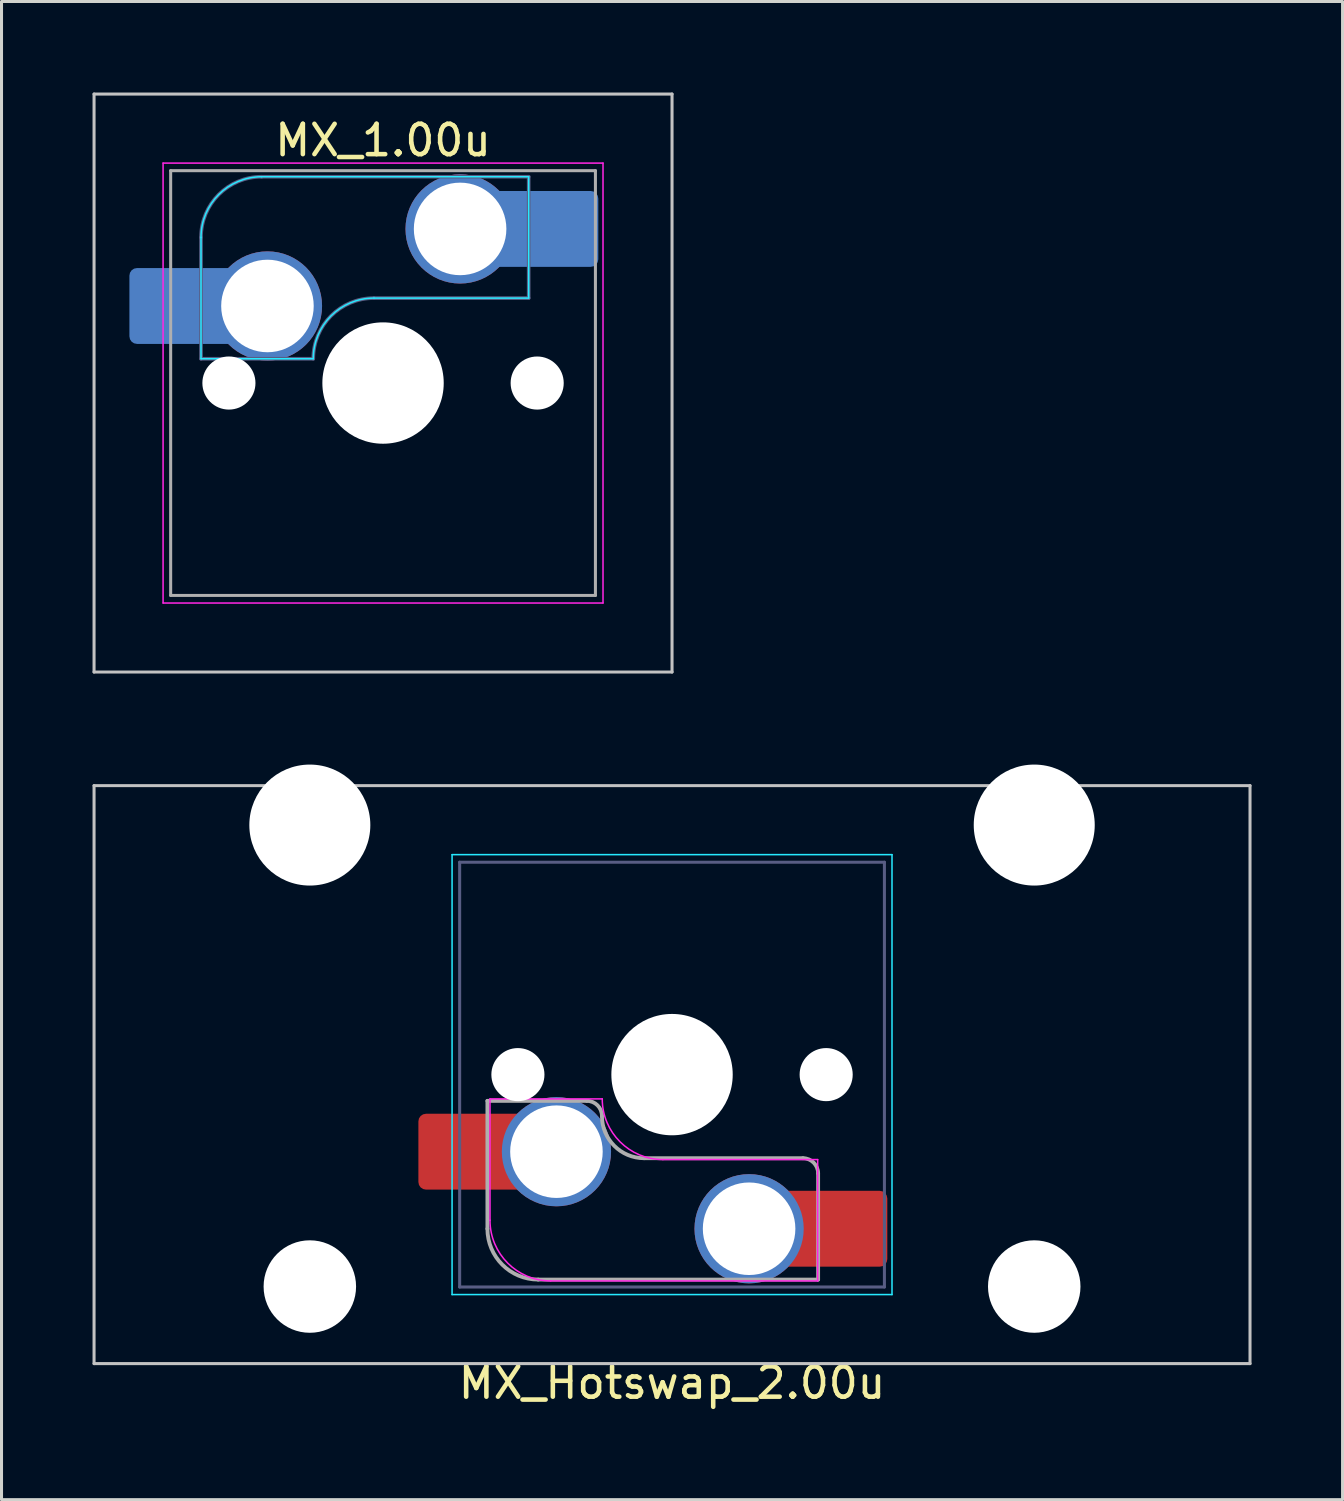
<source format=kicad_pcb>
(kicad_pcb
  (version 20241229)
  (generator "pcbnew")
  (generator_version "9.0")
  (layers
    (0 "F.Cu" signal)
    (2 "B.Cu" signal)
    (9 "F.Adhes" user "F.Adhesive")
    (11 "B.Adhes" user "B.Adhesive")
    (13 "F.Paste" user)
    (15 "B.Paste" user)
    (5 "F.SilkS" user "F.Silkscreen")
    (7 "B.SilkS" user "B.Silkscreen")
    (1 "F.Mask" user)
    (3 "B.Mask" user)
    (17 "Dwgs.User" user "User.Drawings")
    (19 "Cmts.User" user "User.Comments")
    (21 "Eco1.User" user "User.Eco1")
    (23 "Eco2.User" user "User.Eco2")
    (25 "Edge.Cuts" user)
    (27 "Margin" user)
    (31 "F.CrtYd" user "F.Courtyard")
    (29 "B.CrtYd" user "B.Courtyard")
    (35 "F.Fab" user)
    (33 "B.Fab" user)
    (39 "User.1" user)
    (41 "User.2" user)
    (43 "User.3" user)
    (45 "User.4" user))
  (footprint "MX_1.00u"
    (layer "F.Cu")
    (at 9.575 9.575)
    (property "Reference" "MX_1.00u" (at 0 -8 0) (layer "F.SilkS") (effects (font (size 1 1) (thickness 0.15))))
    (attr smd allow_soldermask_bridges)
    (fp_line (start -9.525 -9.525) (end -9.525 9.525) (stroke (width 0.1) (type solid)) (layer "Dwgs.User"))
    (fp_line (start -9.525 9.525) (end 9.525 9.525) (stroke (width 0.1) (type solid)) (layer "Dwgs.User"))
    (fp_line (start 9.525 -9.525) (end -9.525 -9.525) (stroke (width 0.1) (type solid)) (layer "Dwgs.User"))
    (fp_line (start 9.525 9.525) (end 9.525 -9.525) (stroke (width 0.1) (type solid)) (layer "Dwgs.User"))
    (fp_line (start -6 -0.8) (end -6 -4.8) (stroke (width 0.05) (type solid)) (layer "B.CrtYd"))
    (fp_line (start -6 -0.8) (end -2.3 -0.8) (stroke (width 0.05) (type solid)) (layer "B.CrtYd"))
    (fp_line (start -4 -6.8) (end 4.8 -6.8) (stroke (width 0.05) (type solid)) (layer "B.CrtYd"))
    (fp_line (start -0.3 -2.8) (end 4.8 -2.8) (stroke (width 0.05) (type solid)) (layer "B.CrtYd"))
    (fp_line (start 4.8 -6.8) (end 4.8 -2.8) (stroke (width 0.05) (type solid)) (layer "B.CrtYd"))
    (fp_arc (start -6 -4.8) (mid -5.414214 -6.214214) (end -4 -6.8) (stroke (width 0.05) (type solid)) (layer "B.CrtYd"))
    (fp_arc (start -2.3 -0.8) (mid -1.714214 -2.214214) (end -0.3 -2.8) (stroke (width 0.05) (type solid)) (layer "B.CrtYd"))
    (fp_line (start -7.25 -7.25) (end -7.25 7.25) (stroke (width 0.05) (type solid)) (layer "F.CrtYd"))
    (fp_line (start -7.25 7.25) (end 7.25 7.25) (stroke (width 0.05) (type solid)) (layer "F.CrtYd"))
    (fp_line (start 7.25 -7.25) (end -7.25 -7.25) (stroke (width 0.05) (type solid)) (layer "F.CrtYd"))
    (fp_line (start 7.25 7.25) (end 7.25 -7.25) (stroke (width 0.05) (type solid)) (layer "F.CrtYd"))
    (fp_line (start -6 -0.8) (end -6 -4.8) (stroke (width 0.12) (type solid)) (layer "B.Fab"))
    (fp_line (start -6 -0.8) (end -2.3 -0.8) (stroke (width 0.12) (type solid)) (layer "B.Fab"))
    (fp_line (start -4 -6.8) (end 4.8 -6.8) (stroke (width 0.12) (type solid)) (layer "B.Fab"))
    (fp_line (start -0.3 -2.8) (end 4.8 -2.8) (stroke (width 0.12) (type solid)) (layer "B.Fab"))
    (fp_line (start 4.8 -6.8) (end 4.8 -2.8) (stroke (width 0.12) (type solid)) (layer "B.Fab"))
    (fp_arc (start -6 -4.8) (mid -5.414214 -6.214214) (end -4 -6.8) (stroke (width 0.12) (type solid)) (layer "B.Fab"))
    (fp_arc (start -2.3 -0.8) (mid -1.714214 -2.214214) (end -0.3 -2.8) (stroke (width 0.12) (type solid)) (layer "B.Fab"))
    (fp_line (start -7 -7) (end -7 7) (stroke (width 0.1) (type solid)) (layer "F.Fab"))
    (fp_line (start -7 7) (end 7 7) (stroke (width 0.1) (type solid)) (layer "F.Fab"))
    (fp_line (start 7 -7) (end -7 -7) (stroke (width 0.1) (type solid)) (layer "F.Fab"))
    (fp_line (start 7 7) (end 7 -7) (stroke (width 0.1) (type solid)) (layer "F.Fab"))
    (pad "" smd roundrect (at -7.085 -2.54) (size 2.55 2.5) (layers "B.Mask" "B.Paste") (roundrect_rratio 0.1))
    (pad "" np_thru_hole circle (at -5.08 0) (size 1.75 1.75) (drill 1.75) (layers "*.Cu" "*.Mask"))
    (pad "" np_thru_hole circle (at 0 0) (size 4 4) (drill 4) (layers "*.Cu" "*.Mask"))
    (pad "" np_thru_hole circle (at 5.08 0) (size 1.75 1.75) (drill 1.75) (layers "*.Cu" "*.Mask"))
    (pad "" smd roundrect (at 5.842 -5.08) (size 2.55 2.5) (layers "B.Mask" "B.Paste") (roundrect_rratio 0.1))
    (pad "1" smd roundrect (at -6.585 -2.54) (size 3.55 2.5) (layers "B.Cu") (roundrect_rratio 0.1))
    (pad "1" thru_hole circle (at -3.81 -2.54) (size 3.6 3.6) (drill 3.05) (layers "*.Cu" "*.Mask"))
    (pad "2" thru_hole circle (at 2.54 -5.08) (size 3.6 3.6) (drill 3.05) (layers "*.Cu" "*.Mask"))
    (pad "2" smd roundrect (at 5.32 -5.08) (size 3.55 2.5) (layers "B.Cu") (roundrect_rratio 0.1)))
  (footprint "MX_Hotswap_2.00u"
    (layer "F.Cu")
    (at 18.465 36.179)
    (property "Reference" "MX_Hotswap_2.00u" (at 0.635 6.35 0) (layer "F.SilkS") (effects (font (size 1 1) (thickness 0.15))))
    (attr smd allow_soldermask_bridges)
    (fp_line (start -18.415 -13.335) (end -18.415 5.715) (stroke (width 0.1) (type solid)) (layer "Dwgs.User"))
    (fp_line (start -18.415 5.715) (end 19.685 5.715) (stroke (width 0.1) (type solid)) (layer "Dwgs.User"))
    (fp_line (start 19.685 -13.335) (end -18.415 -13.335) (stroke (width 0.1) (type solid)) (layer "Dwgs.User"))
    (fp_line (start 19.685 5.715) (end 19.685 -13.335) (stroke (width 0.1) (type solid)) (layer "Dwgs.User"))
    (fp_line (start -14.678 -10.58) (end -14.678 1.72) (stroke (width 0.1) (type solid)) (layer "Eco1.User"))
    (fp_line (start -14.678 1.72) (end -7.928 1.72) (stroke (width 0.1) (type solid)) (layer "Eco1.User"))
    (fp_line (start -7.928 -10.58) (end -14.678 -10.58) (stroke (width 0.1) (type solid)) (layer "Eco1.User"))
    (fp_line (start -7.928 1.72) (end -7.928 -10.58) (stroke (width 0.1) (type solid)) (layer "Eco1.User"))
    (fp_line (start 9.198 -10.58) (end 9.198 1.72) (stroke (width 0.1) (type solid)) (layer "Eco1.User"))
    (fp_line (start 9.198 1.72) (end 15.948 1.72) (stroke (width 0.1) (type solid)) (layer "Eco1.User"))
    (fp_line (start 15.948 -10.58) (end 9.198 -10.58) (stroke (width 0.1) (type solid)) (layer "Eco1.User"))
    (fp_line (start 15.948 1.72) (end 15.948 -10.58) (stroke (width 0.1) (type solid)) (layer "Eco1.User"))
    (fp_line (start -6.615 -11.06) (end -6.615 3.44) (stroke (width 0.05) (type solid)) (layer "B.CrtYd"))
    (fp_line (start -6.615 3.44) (end 7.885 3.44) (stroke (width 0.05) (type solid)) (layer "B.CrtYd"))
    (fp_line (start 7.885 -11.06) (end -6.615 -11.06) (stroke (width 0.05) (type solid)) (layer "B.CrtYd"))
    (fp_line (start 7.885 3.44) (end 7.885 -11.06) (stroke (width 0.05) (type solid)) (layer "B.CrtYd"))
    (fp_line (start -5.365 0.99) (end -5.365 -3.01) (stroke (width 0.05) (type solid)) (layer "F.CrtYd"))
    (fp_line (start -1.665 -3.01) (end -5.365 -3.01) (stroke (width 0.05) (type solid)) (layer "F.CrtYd"))
    (fp_line (start 5.435 -1.01) (end 0.335 -1.01) (stroke (width 0.05) (type solid)) (layer "F.CrtYd"))
    (fp_line (start 5.435 -1.01) (end 5.435 2.99) (stroke (width 0.05) (type solid)) (layer "F.CrtYd"))
    (fp_line (start 5.435 2.99) (end -3.365 2.99) (stroke (width 0.05) (type solid)) (layer "F.CrtYd"))
    (fp_arc (start -3.365 2.99) (mid -4.779214 2.404214) (end -5.365 0.99) (stroke (width 0.05) (type solid)) (layer "F.CrtYd"))
    (fp_arc (start 0.335 -1.01) (mid -1.079214 -1.595786) (end -1.665 -3.01) (stroke (width 0.05) (type solid)) (layer "F.CrtYd"))
    (fp_line (start -6.365 -10.81) (end -6.365 3.19) (stroke (width 0.1) (type solid)) (layer "B.Fab"))
    (fp_line (start -6.365 3.19) (end 7.635 3.19) (stroke (width 0.1) (type solid)) (layer "B.Fab"))
    (fp_line (start 7.635 -10.81) (end -6.365 -10.81) (stroke (width 0.1) (type solid)) (layer "B.Fab"))
    (fp_line (start 7.635 3.19) (end 7.635 -10.81) (stroke (width 0.1) (type solid)) (layer "B.Fab"))
    (fp_line (start -5.45 -2.945) (end -2.175 -2.945) (stroke (width 0.127) (type solid)) (layer "F.Fab"))
    (fp_line (start -5.45 1.27) (end -5.45 -2.945) (stroke (width 0.127) (type solid)) (layer "F.Fab"))
    (fp_line (start -0.285 -1.055) (end 4.95 -1.055) (stroke (width 0.127) (type solid)) (layer "F.Fab"))
    (fp_line (start 5.45 -0.555) (end 5.45 2.945) (stroke (width 0.127) (type solid)) (layer "F.Fab"))
    (fp_line (start 5.45 2.945) (end -3.775 2.945) (stroke (width 0.127) (type solid)) (layer "F.Fab"))
    (fp_arc (start -3.775 2.945) (mid -4.959404 2.454404) (end -5.45 1.27) (stroke (width 0.127) (type solid)) (layer "F.Fab"))
    (fp_arc (start -2.175 -2.945) (mid -1.821447 -2.798553) (end -1.675 -2.445) (stroke (width 0.127) (type solid)) (layer "F.Fab"))
    (fp_arc (start -0.285 -1.055) (mid -1.267878 -1.462122) (end -1.675 -2.445) (stroke (width 0.127) (type solid)) (layer "F.Fab"))
    (fp_arc (start 4.95 -1.055) (mid 5.303553 -0.908553) (end 5.45 -0.555) (stroke (width 0.127) (type solid)) (layer "F.Fab"))
    (pad "" np_thru_hole circle (at -11.303 -12.035 180) (size 3.988 3.988) (drill 3.988) (layers "*.Cu" "*.Mask"))
    (pad "" np_thru_hole circle (at -11.303 3.175 180) (size 3.048 3.048) (drill 3.048) (layers "*.Cu" "*.Mask"))
    (pad "" smd roundrect (at -6.45 -1.27 180) (size 2.55 2.5) (layers "F.Mask" "F.Paste") (roundrect_rratio 0.1))
    (pad "" np_thru_hole circle (at -4.445 -3.81 180) (size 1.75 1.75) (drill 1.75) (layers "*.Cu" "*.Mask"))
    (pad "" np_thru_hole circle (at 0.635 -3.81 180) (size 4 4) (drill 4) (layers "*.Cu" "*.Mask"))
    (pad "" np_thru_hole circle (at 5.715 -3.81 180) (size 1.75 1.75) (drill 1.75) (layers "*.Cu" "*.Mask"))
    (pad "" smd roundrect (at 6.477 1.27 180) (size 2.55 2.5) (layers "F.Mask" "F.Paste") (roundrect_rratio 0.1))
    (pad "" np_thru_hole circle (at 12.573 -12.035 180) (size 3.988 3.988) (drill 3.988) (layers "*.Cu" "*.Mask"))
    (pad "" np_thru_hole circle (at 12.573 3.175 180) (size 3.048 3.048) (drill 3.048) (layers "*.Cu" "*.Mask"))
    (pad "1" smd roundrect (at -5.95 -1.27 180) (size 3.55 2.5) (layers "F.Cu") (roundrect_rratio 0.1))
    (pad "1" thru_hole circle (at -3.175 -1.27 180) (size 3.6 3.6) (drill 3.05) (layers "*.Cu" "*.Mask"))
    (pad "2" thru_hole circle (at 3.175 1.27 180) (size 3.6 3.6) (drill 3.05) (layers "*.Cu" "*.Mask"))
    (pad "2" smd roundrect (at 5.955 1.27 180) (size 3.55 2.5) (layers "F.Cu") (roundrect_rratio 0.1)))
  (gr_rect
    (start -3 -3)
    (end 41.2 46.377)
    (stroke (width 0.1) (type default))
    (fill no)
    (layer "Edge.Cuts")))
</source>
